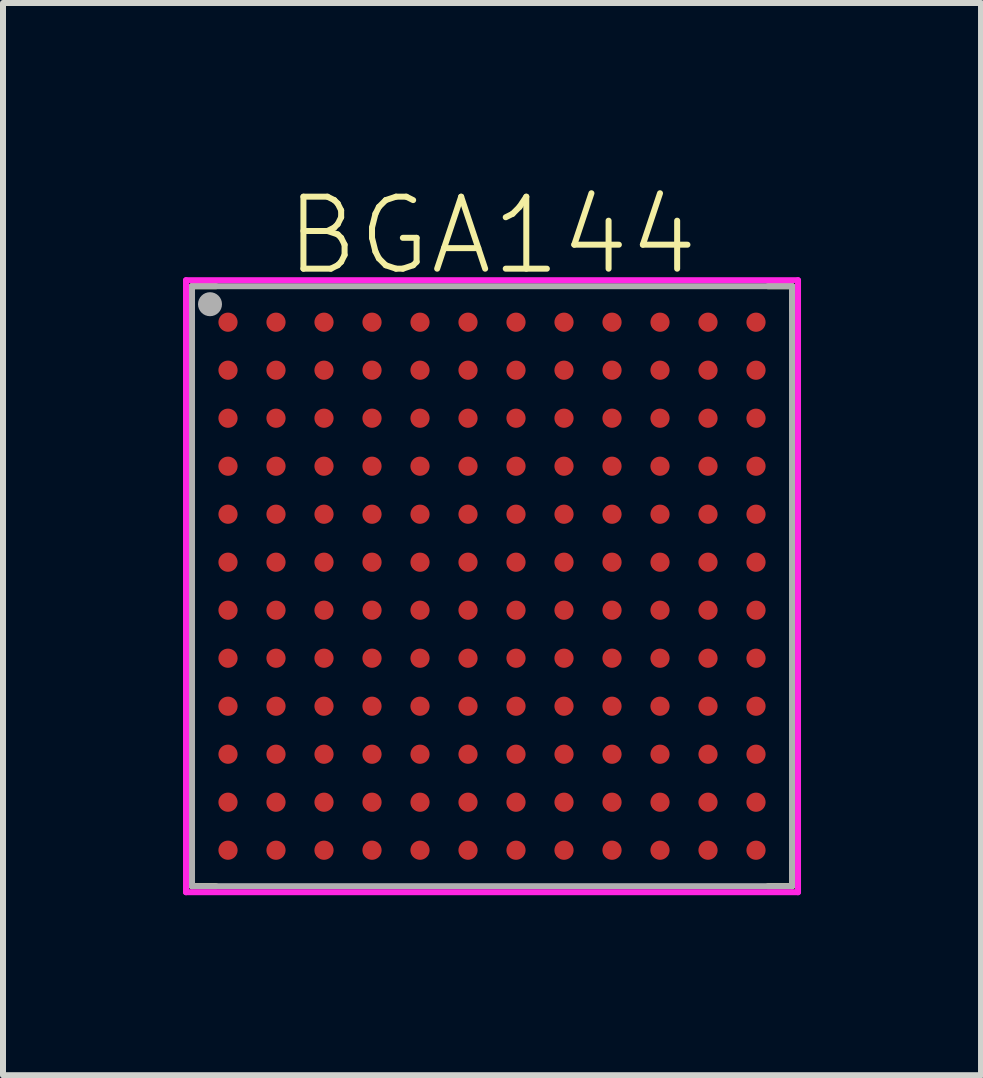
<source format=kicad_pcb>
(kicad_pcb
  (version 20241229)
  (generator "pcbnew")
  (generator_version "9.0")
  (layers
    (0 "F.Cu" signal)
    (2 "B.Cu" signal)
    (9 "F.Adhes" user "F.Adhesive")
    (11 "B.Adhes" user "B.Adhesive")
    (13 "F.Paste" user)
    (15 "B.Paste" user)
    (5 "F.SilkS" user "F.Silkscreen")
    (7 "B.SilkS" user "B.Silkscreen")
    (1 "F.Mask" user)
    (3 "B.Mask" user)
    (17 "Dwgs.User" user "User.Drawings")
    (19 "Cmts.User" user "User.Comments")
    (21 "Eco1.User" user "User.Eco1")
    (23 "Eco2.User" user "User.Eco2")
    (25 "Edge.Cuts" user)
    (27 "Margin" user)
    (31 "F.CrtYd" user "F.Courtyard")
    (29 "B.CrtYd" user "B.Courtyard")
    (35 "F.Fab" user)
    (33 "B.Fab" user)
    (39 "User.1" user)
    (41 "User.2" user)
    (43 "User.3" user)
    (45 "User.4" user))
  (footprint "BGA144"
    (layer "F.Cu")
    (at 5.15 6.72)
    (property "Reference" "BGA144" (at 0 -5.842 0) (layer "F.SilkS") (effects (font (size 1.2 1.2) (thickness 0.1))))
    (attr through_hole)
    (fp_line (start -5 -5) (end -5 -4.6) (stroke (width 0.1) (type solid)) (layer "F.SilkS"))
    (fp_line (start -5 4.6) (end -5 5) (stroke (width 0.1) (type solid)) (layer "F.SilkS"))
    (fp_line (start -5 5) (end -4.6 5) (stroke (width 0.1) (type solid)) (layer "F.SilkS"))
    (fp_line (start -4.6 -5) (end -5 -5) (stroke (width 0.1) (type solid)) (layer "F.SilkS"))
    (fp_line (start 4.6 -5) (end 5 -5) (stroke (width 0.1) (type solid)) (layer "F.SilkS"))
    (fp_line (start 4.6 5) (end 5 5) (stroke (width 0.1) (type solid)) (layer "F.SilkS"))
    (fp_line (start 5 -5) (end 5 -4.6) (stroke (width 0.1) (type solid)) (layer "F.SilkS"))
    (fp_line (start 5 5) (end 5 4.6) (stroke (width 0.1) (type solid)) (layer "F.SilkS"))
    (fp_line (start -5.1 -5.1) (end 5.1 -5.1) (stroke (width 0.1) (type solid)) (layer "F.CrtYd"))
    (fp_line (start -5.1 5.1) (end -5.1 -5.1) (stroke (width 0.1) (type solid)) (layer "F.CrtYd"))
    (fp_line (start 5.1 -5.1) (end 5.1 5.1) (stroke (width 0.1) (type solid)) (layer "F.CrtYd"))
    (fp_line (start 5.1 5.1) (end -5.1 5.1) (stroke (width 0.1) (type solid)) (layer "F.CrtYd"))
    (fp_line (start -5 -5) (end 5 -5) (stroke (width 0.1) (type solid)) (layer "F.Fab"))
    (fp_line (start -5 5) (end -5 -5) (stroke (width 0.1) (type solid)) (layer "F.Fab"))
    (fp_line (start 5 -5) (end 5 5) (stroke (width 0.1) (type solid)) (layer "F.Fab"))
    (fp_line (start 5 5) (end -5 5) (stroke (width 0.1) (type solid)) (layer "F.Fab"))
    (fp_circle (center -4.7 -4.7) (end -4.7 -4.8) (stroke (width 0.2) (type solid)) (fill no) (layer "F.Fab"))
    (pad "A1" smd circle (at -4.4 -4.4) (size 0.32 0.32) (layers "F.Cu" "F.Mask" "F.Paste"))
    (pad "A2" smd circle (at -3.6 -4.4) (size 0.32 0.32) (layers "F.Cu" "F.Mask" "F.Paste"))
    (pad "A3" smd circle (at -2.8 -4.4) (size 0.32 0.32) (layers "F.Cu" "F.Mask" "F.Paste"))
    (pad "A4" smd circle (at -2 -4.4) (size 0.32 0.32) (layers "F.Cu" "F.Mask" "F.Paste"))
    (pad "A5" smd circle (at -1.2 -4.4) (size 0.32 0.32) (layers "F.Cu" "F.Mask" "F.Paste"))
    (pad "A6" smd circle (at -0.4 -4.4) (size 0.32 0.32) (layers "F.Cu" "F.Mask" "F.Paste"))
    (pad "A7" smd circle (at 0.4 -4.4) (size 0.32 0.32) (layers "F.Cu" "F.Mask" "F.Paste"))
    (pad "A8" smd circle (at 1.2 -4.4) (size 0.32 0.32) (layers "F.Cu" "F.Mask" "F.Paste"))
    (pad "A9" smd circle (at 2 -4.4) (size 0.32 0.32) (layers "F.Cu" "F.Mask" "F.Paste"))
    (pad "A10" smd circle (at 2.8 -4.4) (size 0.32 0.32) (layers "F.Cu" "F.Mask" "F.Paste"))
    (pad "A11" smd circle (at 3.6 -4.4) (size 0.32 0.32) (layers "F.Cu" "F.Mask" "F.Paste"))
    (pad "A12" smd circle (at 4.4 -4.4) (size 0.32 0.32) (layers "F.Cu" "F.Mask" "F.Paste"))
    (pad "B1" smd circle (at -4.4 -3.6) (size 0.32 0.32) (layers "F.Cu" "F.Mask" "F.Paste"))
    (pad "B2" smd circle (at -3.6 -3.6) (size 0.32 0.32) (layers "F.Cu" "F.Mask" "F.Paste"))
    (pad "B3" smd circle (at -2.8 -3.6) (size 0.32 0.32) (layers "F.Cu" "F.Mask" "F.Paste"))
    (pad "B4" smd circle (at -2 -3.6) (size 0.32 0.32) (layers "F.Cu" "F.Mask" "F.Paste"))
    (pad "B5" smd circle (at -1.2 -3.6) (size 0.32 0.32) (layers "F.Cu" "F.Mask" "F.Paste"))
    (pad "B6" smd circle (at -0.4 -3.6) (size 0.32 0.32) (layers "F.Cu" "F.Mask" "F.Paste"))
    (pad "B7" smd circle (at 0.4 -3.6) (size 0.32 0.32) (layers "F.Cu" "F.Mask" "F.Paste"))
    (pad "B8" smd circle (at 1.2 -3.6) (size 0.32 0.32) (layers "F.Cu" "F.Mask" "F.Paste"))
    (pad "B9" smd circle (at 2 -3.6) (size 0.32 0.32) (layers "F.Cu" "F.Mask" "F.Paste"))
    (pad "B10" smd circle (at 2.8 -3.6) (size 0.32 0.32) (layers "F.Cu" "F.Mask" "F.Paste"))
    (pad "B11" smd circle (at 3.6 -3.6) (size 0.32 0.32) (layers "F.Cu" "F.Mask" "F.Paste"))
    (pad "B12" smd circle (at 4.4 -3.6) (size 0.32 0.32) (layers "F.Cu" "F.Mask" "F.Paste"))
    (pad "C1" smd circle (at -4.4 -2.8) (size 0.32 0.32) (layers "F.Cu" "F.Mask" "F.Paste"))
    (pad "C2" smd circle (at -3.6 -2.8) (size 0.32 0.32) (layers "F.Cu" "F.Mask" "F.Paste"))
    (pad "C3" smd circle (at -2.8 -2.8) (size 0.32 0.32) (layers "F.Cu" "F.Mask" "F.Paste"))
    (pad "C4" smd circle (at -2 -2.8) (size 0.32 0.32) (layers "F.Cu" "F.Mask" "F.Paste"))
    (pad "C5" smd circle (at -1.2 -2.8) (size 0.32 0.32) (layers "F.Cu" "F.Mask" "F.Paste"))
    (pad "C6" smd circle (at -0.4 -2.8) (size 0.32 0.32) (layers "F.Cu" "F.Mask" "F.Paste"))
    (pad "C7" smd circle (at 0.4 -2.8) (size 0.32 0.32) (layers "F.Cu" "F.Mask" "F.Paste"))
    (pad "C8" smd circle (at 1.2 -2.8) (size 0.32 0.32) (layers "F.Cu" "F.Mask" "F.Paste"))
    (pad "C9" smd circle (at 2 -2.8) (size 0.32 0.32) (layers "F.Cu" "F.Mask" "F.Paste"))
    (pad "C10" smd circle (at 2.8 -2.8) (size 0.32 0.32) (layers "F.Cu" "F.Mask" "F.Paste"))
    (pad "C11" smd circle (at 3.6 -2.8) (size 0.32 0.32) (layers "F.Cu" "F.Mask" "F.Paste"))
    (pad "C12" smd circle (at 4.4 -2.8) (size 0.32 0.32) (layers "F.Cu" "F.Mask" "F.Paste"))
    (pad "D1" smd circle (at -4.4 -2) (size 0.32 0.32) (layers "F.Cu" "F.Mask" "F.Paste"))
    (pad "D2" smd circle (at -3.6 -2) (size 0.32 0.32) (layers "F.Cu" "F.Mask" "F.Paste"))
    (pad "D3" smd circle (at -2.8 -2) (size 0.32 0.32) (layers "F.Cu" "F.Mask" "F.Paste"))
    (pad "D4" smd circle (at -2 -2) (size 0.32 0.32) (layers "F.Cu" "F.Mask" "F.Paste"))
    (pad "D5" smd circle (at -1.2 -2) (size 0.32 0.32) (layers "F.Cu" "F.Mask" "F.Paste"))
    (pad "D6" smd circle (at -0.4 -2) (size 0.32 0.32) (layers "F.Cu" "F.Mask" "F.Paste"))
    (pad "D7" smd circle (at 0.4 -2) (size 0.32 0.32) (layers "F.Cu" "F.Mask" "F.Paste"))
    (pad "D8" smd circle (at 1.2 -2) (size 0.32 0.32) (layers "F.Cu" "F.Mask" "F.Paste"))
    (pad "D9" smd circle (at 2 -2) (size 0.32 0.32) (layers "F.Cu" "F.Mask" "F.Paste"))
    (pad "D10" smd circle (at 2.8 -2) (size 0.32 0.32) (layers "F.Cu" "F.Mask" "F.Paste"))
    (pad "D11" smd circle (at 3.6 -2) (size 0.32 0.32) (layers "F.Cu" "F.Mask" "F.Paste"))
    (pad "D12" smd circle (at 4.4 -2) (size 0.32 0.32) (layers "F.Cu" "F.Mask" "F.Paste"))
    (pad "E1" smd circle (at -4.4 -1.2) (size 0.32 0.32) (layers "F.Cu" "F.Mask" "F.Paste"))
    (pad "E2" smd circle (at -3.6 -1.2) (size 0.32 0.32) (layers "F.Cu" "F.Mask" "F.Paste"))
    (pad "E3" smd circle (at -2.8 -1.2) (size 0.32 0.32) (layers "F.Cu" "F.Mask" "F.Paste"))
    (pad "E4" smd circle (at -2 -1.2) (size 0.32 0.32) (layers "F.Cu" "F.Mask" "F.Paste"))
    (pad "E5" smd circle (at -1.2 -1.2) (size 0.32 0.32) (layers "F.Cu" "F.Mask" "F.Paste"))
    (pad "E6" smd circle (at -0.4 -1.2) (size 0.32 0.32) (layers "F.Cu" "F.Mask" "F.Paste"))
    (pad "E7" smd circle (at 0.4 -1.2) (size 0.32 0.32) (layers "F.Cu" "F.Mask" "F.Paste"))
    (pad "E8" smd circle (at 1.2 -1.2) (size 0.32 0.32) (layers "F.Cu" "F.Mask" "F.Paste"))
    (pad "E9" smd circle (at 2 -1.2) (size 0.32 0.32) (layers "F.Cu" "F.Mask" "F.Paste"))
    (pad "E10" smd circle (at 2.8 -1.2) (size 0.32 0.32) (layers "F.Cu" "F.Mask" "F.Paste"))
    (pad "E11" smd circle (at 3.6 -1.2) (size 0.32 0.32) (layers "F.Cu" "F.Mask" "F.Paste"))
    (pad "E12" smd circle (at 4.4 -1.2) (size 0.32 0.32) (layers "F.Cu" "F.Mask" "F.Paste"))
    (pad "F1" smd circle (at -4.4 -0.4) (size 0.32 0.32) (layers "F.Cu" "F.Mask" "F.Paste"))
    (pad "F2" smd circle (at -3.6 -0.4) (size 0.32 0.32) (layers "F.Cu" "F.Mask" "F.Paste"))
    (pad "F3" smd circle (at -2.8 -0.4) (size 0.32 0.32) (layers "F.Cu" "F.Mask" "F.Paste"))
    (pad "F4" smd circle (at -2 -0.4) (size 0.32 0.32) (layers "F.Cu" "F.Mask" "F.Paste"))
    (pad "F5" smd circle (at -1.2 -0.4) (size 0.32 0.32) (layers "F.Cu" "F.Mask" "F.Paste"))
    (pad "F6" smd circle (at -0.4 -0.4) (size 0.32 0.32) (layers "F.Cu" "F.Mask" "F.Paste"))
    (pad "F7" smd circle (at 0.4 -0.4) (size 0.32 0.32) (layers "F.Cu" "F.Mask" "F.Paste"))
    (pad "F8" smd circle (at 1.2 -0.4) (size 0.32 0.32) (layers "F.Cu" "F.Mask" "F.Paste"))
    (pad "F9" smd circle (at 2 -0.4) (size 0.32 0.32) (layers "F.Cu" "F.Mask" "F.Paste"))
    (pad "F10" smd circle (at 2.8 -0.4) (size 0.32 0.32) (layers "F.Cu" "F.Mask" "F.Paste"))
    (pad "F11" smd circle (at 3.6 -0.4) (size 0.32 0.32) (layers "F.Cu" "F.Mask" "F.Paste"))
    (pad "F12" smd circle (at 4.4 -0.4) (size 0.32 0.32) (layers "F.Cu" "F.Mask" "F.Paste"))
    (pad "G1" smd circle (at -4.4 0.4) (size 0.32 0.32) (layers "F.Cu" "F.Mask" "F.Paste"))
    (pad "G2" smd circle (at -3.6 0.4) (size 0.32 0.32) (layers "F.Cu" "F.Mask" "F.Paste"))
    (pad "G3" smd circle (at -2.8 0.4) (size 0.32 0.32) (layers "F.Cu" "F.Mask" "F.Paste"))
    (pad "G4" smd circle (at -2 0.4) (size 0.32 0.32) (layers "F.Cu" "F.Mask" "F.Paste"))
    (pad "G5" smd circle (at -1.2 0.4) (size 0.32 0.32) (layers "F.Cu" "F.Mask" "F.Paste"))
    (pad "G6" smd circle (at -0.4 0.4) (size 0.32 0.32) (layers "F.Cu" "F.Mask" "F.Paste"))
    (pad "G7" smd circle (at 0.4 0.4) (size 0.32 0.32) (layers "F.Cu" "F.Mask" "F.Paste"))
    (pad "G8" smd circle (at 1.2 0.4) (size 0.32 0.32) (layers "F.Cu" "F.Mask" "F.Paste"))
    (pad "G9" smd circle (at 2 0.4) (size 0.32 0.32) (layers "F.Cu" "F.Mask" "F.Paste"))
    (pad "G10" smd circle (at 2.8 0.4) (size 0.32 0.32) (layers "F.Cu" "F.Mask" "F.Paste"))
    (pad "G11" smd circle (at 3.6 0.4) (size 0.32 0.32) (layers "F.Cu" "F.Mask" "F.Paste"))
    (pad "G12" smd circle (at 4.4 0.4) (size 0.32 0.32) (layers "F.Cu" "F.Mask" "F.Paste"))
    (pad "H1" smd circle (at -4.4 1.2) (size 0.32 0.32) (layers "F.Cu" "F.Mask" "F.Paste"))
    (pad "H2" smd circle (at -3.6 1.2) (size 0.32 0.32) (layers "F.Cu" "F.Mask" "F.Paste"))
    (pad "H3" smd circle (at -2.8 1.2) (size 0.32 0.32) (layers "F.Cu" "F.Mask" "F.Paste"))
    (pad "H4" smd circle (at -2 1.2) (size 0.32 0.32) (layers "F.Cu" "F.Mask" "F.Paste"))
    (pad "H5" smd circle (at -1.2 1.2) (size 0.32 0.32) (layers "F.Cu" "F.Mask" "F.Paste"))
    (pad "H6" smd circle (at -0.4 1.2) (size 0.32 0.32) (layers "F.Cu" "F.Mask" "F.Paste"))
    (pad "H7" smd circle (at 0.4 1.2) (size 0.32 0.32) (layers "F.Cu" "F.Mask" "F.Paste"))
    (pad "H8" smd circle (at 1.2 1.2) (size 0.32 0.32) (layers "F.Cu" "F.Mask" "F.Paste"))
    (pad "H9" smd circle (at 2 1.2) (size 0.32 0.32) (layers "F.Cu" "F.Mask" "F.Paste"))
    (pad "H10" smd circle (at 2.8 1.2) (size 0.32 0.32) (layers "F.Cu" "F.Mask" "F.Paste"))
    (pad "H11" smd circle (at 3.6 1.2) (size 0.32 0.32) (layers "F.Cu" "F.Mask" "F.Paste"))
    (pad "H12" smd circle (at 4.4 1.2) (size 0.32 0.32) (layers "F.Cu" "F.Mask" "F.Paste"))
    (pad "J1" smd circle (at -4.4 2 90) (size 0.32 0.32) (layers "F.Cu" "F.Mask" "F.Paste"))
    (pad "J2" smd circle (at -3.6 2) (size 0.32 0.32) (layers "F.Cu" "F.Mask" "F.Paste"))
    (pad "J3" smd circle (at -2.8 2) (size 0.32 0.32) (layers "F.Cu" "F.Mask" "F.Paste"))
    (pad "J4" smd circle (at -2 2) (size 0.32 0.32) (layers "F.Cu" "F.Mask" "F.Paste"))
    (pad "J5" smd circle (at -1.2 2) (size 0.32 0.32) (layers "F.Cu" "F.Mask" "F.Paste"))
    (pad "J6" smd circle (at -0.4 2) (size 0.32 0.32) (layers "F.Cu" "F.Mask" "F.Paste"))
    (pad "J7" smd circle (at 0.4 2) (size 0.32 0.32) (layers "F.Cu" "F.Mask" "F.Paste"))
    (pad "J8" smd circle (at 1.2 2) (size 0.32 0.32) (layers "F.Cu" "F.Mask" "F.Paste"))
    (pad "J9" smd circle (at 2 2) (size 0.32 0.32) (layers "F.Cu" "F.Mask" "F.Paste"))
    (pad "J10" smd circle (at 2.8 2) (size 0.32 0.32) (layers "F.Cu" "F.Mask" "F.Paste"))
    (pad "J11" smd circle (at 3.6 2) (size 0.32 0.32) (layers "F.Cu" "F.Mask" "F.Paste"))
    (pad "J12" smd circle (at 4.4 2) (size 0.32 0.32) (layers "F.Cu" "F.Mask" "F.Paste"))
    (pad "K1" smd circle (at -4.4 2.8) (size 0.32 0.32) (layers "F.Cu" "F.Mask" "F.Paste"))
    (pad "K2" smd circle (at -3.6 2.8) (size 0.32 0.32) (layers "F.Cu" "F.Mask" "F.Paste"))
    (pad "K3" smd circle (at -2.8 2.8) (size 0.32 0.32) (layers "F.Cu" "F.Mask" "F.Paste"))
    (pad "K4" smd circle (at -2 2.8) (size 0.32 0.32) (layers "F.Cu" "F.Mask" "F.Paste"))
    (pad "K5" smd circle (at -1.2 2.8) (size 0.32 0.32) (layers "F.Cu" "F.Mask" "F.Paste"))
    (pad "K6" smd circle (at -0.4 2.8) (size 0.32 0.32) (layers "F.Cu" "F.Mask" "F.Paste"))
    (pad "K7" smd circle (at 0.4 2.8) (size 0.32 0.32) (layers "F.Cu" "F.Mask" "F.Paste"))
    (pad "K8" smd circle (at 1.2 2.8) (size 0.32 0.32) (layers "F.Cu" "F.Mask" "F.Paste"))
    (pad "K9" smd circle (at 2 2.8) (size 0.32 0.32) (layers "F.Cu" "F.Mask" "F.Paste"))
    (pad "K10" smd circle (at 2.8 2.8) (size 0.32 0.32) (layers "F.Cu" "F.Mask" "F.Paste"))
    (pad "K11" smd circle (at 3.6 2.8) (size 0.32 0.32) (layers "F.Cu" "F.Mask" "F.Paste"))
    (pad "K12" smd circle (at 4.4 2.8) (size 0.32 0.32) (layers "F.Cu" "F.Mask" "F.Paste"))
    (pad "L1" smd circle (at -4.4 3.6) (size 0.32 0.32) (layers "F.Cu" "F.Mask" "F.Paste"))
    (pad "L2" smd circle (at -3.6 3.6) (size 0.32 0.32) (layers "F.Cu" "F.Mask" "F.Paste"))
    (pad "L3" smd circle (at -2.8 3.6) (size 0.32 0.32) (layers "F.Cu" "F.Mask" "F.Paste"))
    (pad "L4" smd circle (at -2 3.6) (size 0.32 0.32) (layers "F.Cu" "F.Mask" "F.Paste"))
    (pad "L5" smd circle (at -1.2 3.6) (size 0.32 0.32) (layers "F.Cu" "F.Mask" "F.Paste"))
    (pad "L6" smd circle (at -0.4 3.6) (size 0.32 0.32) (layers "F.Cu" "F.Mask" "F.Paste"))
    (pad "L7" smd circle (at 0.4 3.6) (size 0.32 0.32) (layers "F.Cu" "F.Mask" "F.Paste"))
    (pad "L8" smd circle (at 1.2 3.6) (size 0.32 0.32) (layers "F.Cu" "F.Mask" "F.Paste"))
    (pad "L9" smd circle (at 2 3.6) (size 0.32 0.32) (layers "F.Cu" "F.Mask" "F.Paste"))
    (pad "L10" smd circle (at 2.8 3.6) (size 0.32 0.32) (layers "F.Cu" "F.Mask" "F.Paste"))
    (pad "L11" smd circle (at 3.6 3.6) (size 0.32 0.32) (layers "F.Cu" "F.Mask" "F.Paste"))
    (pad "L12" smd circle (at 4.4 3.6) (size 0.32 0.32) (layers "F.Cu" "F.Mask" "F.Paste"))
    (pad "M1" smd circle (at -4.4 4.4) (size 0.32 0.32) (layers "F.Cu" "F.Mask" "F.Paste"))
    (pad "M2" smd circle (at -3.6 4.4) (size 0.32 0.32) (layers "F.Cu" "F.Mask" "F.Paste"))
    (pad "M3" smd circle (at -2.8 4.4) (size 0.32 0.32) (layers "F.Cu" "F.Mask" "F.Paste"))
    (pad "M4" smd circle (at -2 4.4) (size 0.32 0.32) (layers "F.Cu" "F.Mask" "F.Paste"))
    (pad "M5" smd circle (at -1.2 4.4) (size 0.32 0.32) (layers "F.Cu" "F.Mask" "F.Paste"))
    (pad "M6" smd circle (at -0.4 4.4) (size 0.32 0.32) (layers "F.Cu" "F.Mask" "F.Paste"))
    (pad "M7" smd circle (at 0.4 4.4) (size 0.32 0.32) (layers "F.Cu" "F.Mask" "F.Paste"))
    (pad "M8" smd circle (at 1.2 4.4) (size 0.32 0.32) (layers "F.Cu" "F.Mask" "F.Paste"))
    (pad "M9" smd circle (at 2 4.4) (size 0.32 0.32) (layers "F.Cu" "F.Mask" "F.Paste"))
    (pad "M10" smd circle (at 2.8 4.4) (size 0.32 0.32) (layers "F.Cu" "F.Mask" "F.Paste"))
    (pad "M11" smd circle (at 3.6 4.4) (size 0.32 0.32) (layers "F.Cu" "F.Mask" "F.Paste"))
    (pad "M12" smd circle (at 4.4 4.4) (size 0.32 0.32) (layers "F.Cu" "F.Mask" "F.Paste")))
  (gr_rect
    (start -3 -3)
    (end 13.3 14.87)
    (stroke (width 0.1) (type default))
    (fill no)
    (layer "Edge.Cuts")))
</source>
